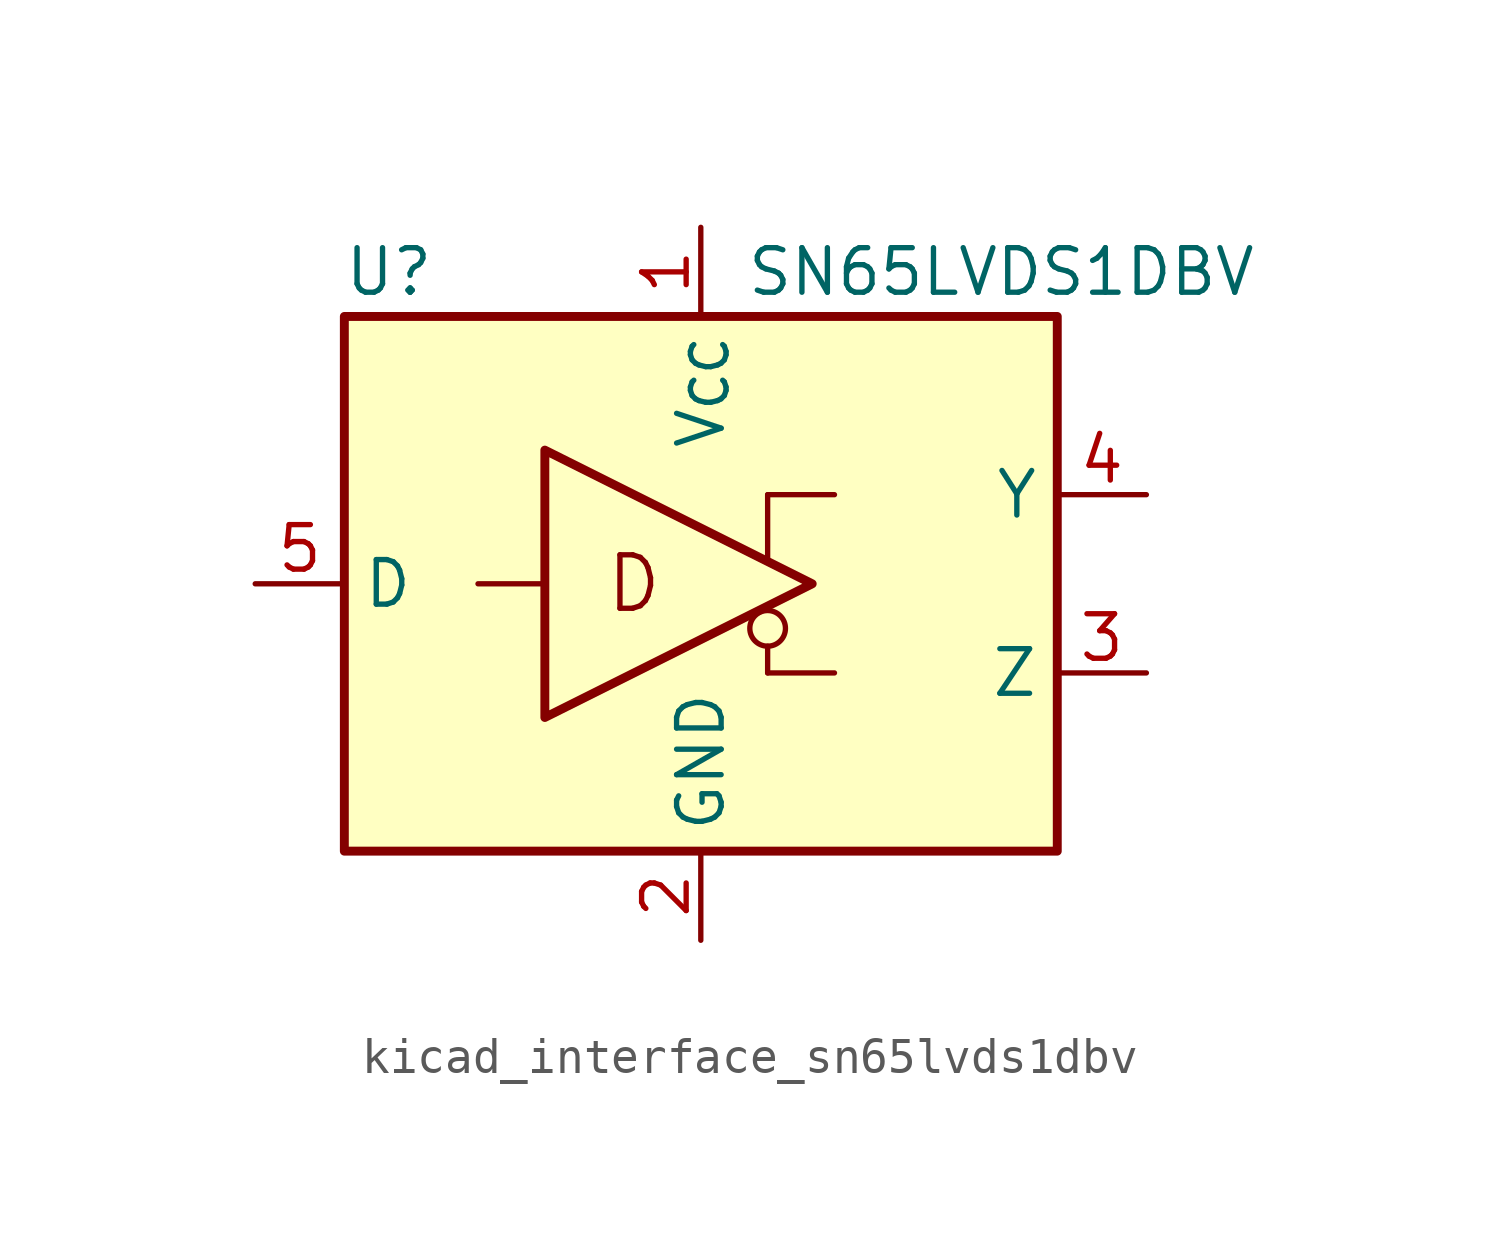
<source format=kicad_sym>
(kicad_symbol_lib
  (version 20220914)
  (generator kicad_symbol_editor)
  (symbol "kicad_interface_sn65lvds1dbv"
    (property "Reference" "U"
      (at -8.89 8.89 0)
      (effects (font (size 1.27 1.27))))
    (property "Value" "SN65LVDS1DBV"
      (at 1.27 8.89 0)
      (effects (font (size 1.27 1.27)) (justify left)))
    (symbol "kicad_interface_sn65lvds1dbv_1_0"
      (rectangle (start -10.16 7.62) (end 10.16 -7.62) (stroke (width 0.254) (type default) (color 0 0 0 0)) (fill (type background)))
      (polyline (pts (xy 1.905 -1.778) (xy 1.905 -2.54)) (stroke (width 0) (type default) (color 0 0 0 0)) (fill (type none)))
      (polyline (pts (xy 1.905 0.635) (xy 1.905 2.54)) (stroke (width 0) (type default) (color 0 0 0 0)) (fill (type none)))
      (circle (center 1.905 -1.27) (radius 0.508) (stroke (width 0) (type default) (color 0 0 0 0)) (fill (type none)))
      (text "D" (at -1.905 0 0) (effects (font (size 1.524 1.524)))))
    (symbol "kicad_interface_sn65lvds1dbv_1_1"
      (polyline (pts (xy -6.35 0) (xy -4.445 0)) (stroke (width 0) (type default) (color 0 0 0 0)) (fill (type none)))
      (polyline (pts (xy 1.905 -2.54) (xy 3.81 -2.54)) (stroke (width 0) (type default) (color 0 0 0 0)) (fill (type none)))
      (polyline (pts (xy 3.81 2.54) (xy 1.905 2.54)) (stroke (width 0) (type default) (color 0 0 0 0)) (fill (type none)))
      (polyline (pts (xy -4.445 -3.81) (xy -4.445 3.81) (xy 3.175 0) (xy -4.445 -3.81)) (stroke (width 0.254) (type default) (color 0 0 0 0)) (fill (type none)))
      (pin power_in line (at 0 10.16 270) (length 2.54) (name "V_{CC}" (effects (font (size 1.27 1.27)))) (number "1" (effects (font (size 1.27 1.27)))))
      (pin power_in line (at 0 -10.16 90) (length 2.54) (name "GND" (effects (font (size 1.27 1.27)))) (number "2" (effects (font (size 1.27 1.27)))))
      (pin output line (at 12.7 -2.54 180) (length 2.54) (name "Z" (effects (font (size 1.27 1.27)))) (number "3" (effects (font (size 1.27 1.27)))))
      (pin output line (at 12.7 2.54 180) (length 2.54) (name "Y" (effects (font (size 1.27 1.27)))) (number "4" (effects (font (size 1.27 1.27)))))
      (pin input line (at -12.7 0 0) (length 2.54) (name "D" (effects (font (size 1.27 1.27)))) (number "5" (effects (font (size 1.27 1.27))))))))
</source>
